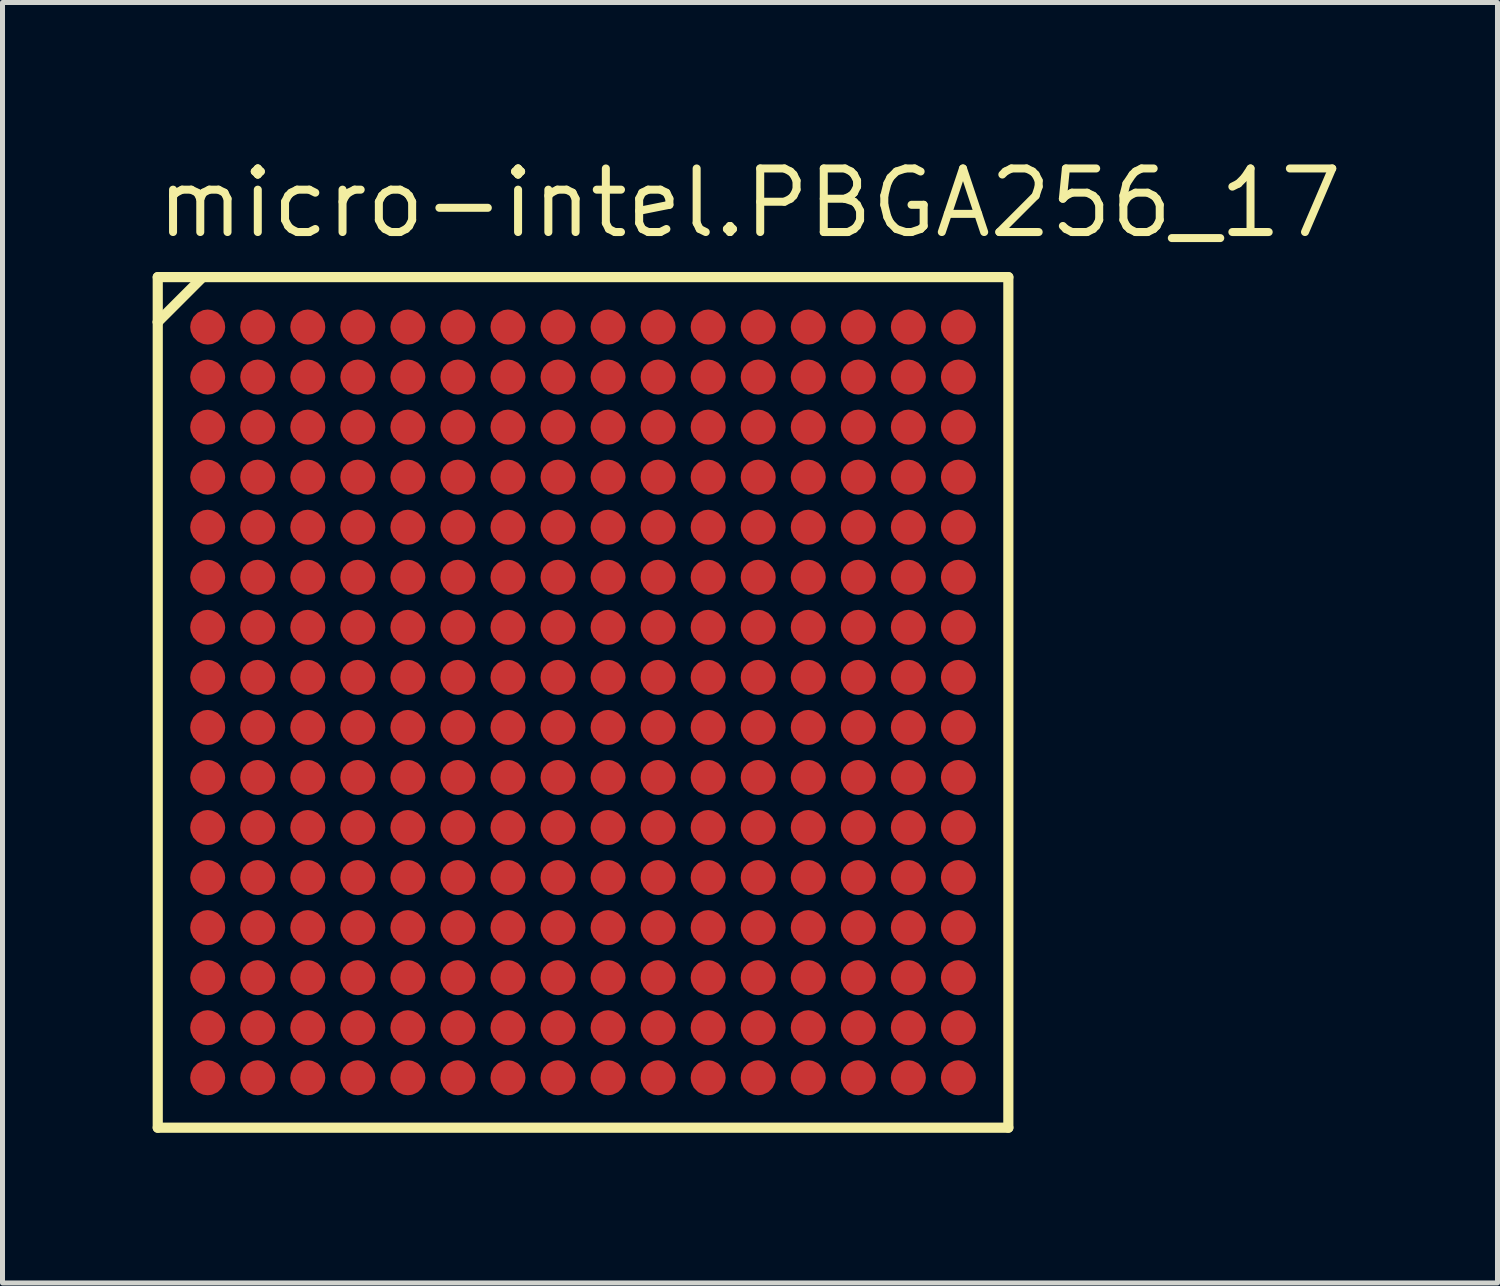
<source format=kicad_pcb>
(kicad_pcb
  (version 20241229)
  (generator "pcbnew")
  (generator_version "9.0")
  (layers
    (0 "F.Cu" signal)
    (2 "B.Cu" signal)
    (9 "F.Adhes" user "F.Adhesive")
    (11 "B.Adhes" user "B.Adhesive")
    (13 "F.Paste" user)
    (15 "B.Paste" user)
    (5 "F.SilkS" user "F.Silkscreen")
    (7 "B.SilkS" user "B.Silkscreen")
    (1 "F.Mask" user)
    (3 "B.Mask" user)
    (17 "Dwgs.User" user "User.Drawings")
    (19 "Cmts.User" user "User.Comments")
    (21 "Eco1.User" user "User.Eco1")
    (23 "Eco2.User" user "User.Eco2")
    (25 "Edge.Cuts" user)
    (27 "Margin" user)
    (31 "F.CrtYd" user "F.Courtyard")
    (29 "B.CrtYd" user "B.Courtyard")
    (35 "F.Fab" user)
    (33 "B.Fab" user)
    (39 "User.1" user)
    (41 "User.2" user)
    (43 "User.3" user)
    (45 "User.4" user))
  (footprint "micro-intel.PBGA256_17"
    (layer "F.Cu")
    (at 8.6 10.985)
    (property "Reference" "micro-intel.PBGA256_17" (at -8.6 -9.235 0) (layer "F.SilkS") (effects (font (size 1.27 1.27) (thickness 0.16)) (justify left bottom)))
    (attr smd)
    (fp_circle (center -7.5 -7.5) (end -7.15 -7.5) (stroke (width 0.1) (type default)) (fill no) (layer "F.Mask"))
    (fp_circle (center -7.5 -6.5) (end -7.15 -6.5) (stroke (width 0.1) (type default)) (fill no) (layer "F.Mask"))
    (fp_circle (center -7.5 -5.5) (end -7.15 -5.5) (stroke (width 0.1) (type default)) (fill no) (layer "F.Mask"))
    (fp_circle (center -7.5 -4.5) (end -7.15 -4.5) (stroke (width 0.1) (type default)) (fill no) (layer "F.Mask"))
    (fp_circle (center -7.5 -3.5) (end -7.15 -3.5) (stroke (width 0.1) (type default)) (fill no) (layer "F.Mask"))
    (fp_circle (center -7.5 -2.5) (end -7.15 -2.5) (stroke (width 0.1) (type default)) (fill no) (layer "F.Mask"))
    (fp_circle (center -7.5 -1.5) (end -7.15 -1.5) (stroke (width 0.1) (type default)) (fill no) (layer "F.Mask"))
    (fp_circle (center -7.5 -0.5) (end -7.15 -0.5) (stroke (width 0.1) (type default)) (fill no) (layer "F.Mask"))
    (fp_circle (center -7.5 0.5) (end -7.15 0.5) (stroke (width 0.1) (type default)) (fill no) (layer "F.Mask"))
    (fp_circle (center -7.5 1.5) (end -7.15 1.5) (stroke (width 0.1) (type default)) (fill no) (layer "F.Mask"))
    (fp_circle (center -7.5 2.5) (end -7.15 2.5) (stroke (width 0.1) (type default)) (fill no) (layer "F.Mask"))
    (fp_circle (center -7.5 3.5) (end -7.15 3.5) (stroke (width 0.1) (type default)) (fill no) (layer "F.Mask"))
    (fp_circle (center -7.5 4.5) (end -7.15 4.5) (stroke (width 0.1) (type default)) (fill no) (layer "F.Mask"))
    (fp_circle (center -7.5 5.5) (end -7.15 5.5) (stroke (width 0.1) (type default)) (fill no) (layer "F.Mask"))
    (fp_circle (center -7.5 6.5) (end -7.15 6.5) (stroke (width 0.1) (type default)) (fill no) (layer "F.Mask"))
    (fp_circle (center -7.5 7.5) (end -7.15 7.5) (stroke (width 0.1) (type default)) (fill no) (layer "F.Mask"))
    (fp_circle (center -6.5 -7.5) (end -6.15 -7.5) (stroke (width 0.1) (type default)) (fill no) (layer "F.Mask"))
    (fp_circle (center -6.5 -6.5) (end -6.15 -6.5) (stroke (width 0.1) (type default)) (fill no) (layer "F.Mask"))
    (fp_circle (center -6.5 -5.5) (end -6.15 -5.5) (stroke (width 0.1) (type default)) (fill no) (layer "F.Mask"))
    (fp_circle (center -6.5 -4.5) (end -6.15 -4.5) (stroke (width 0.1) (type default)) (fill no) (layer "F.Mask"))
    (fp_circle (center -6.5 -3.5) (end -6.15 -3.5) (stroke (width 0.1) (type default)) (fill no) (layer "F.Mask"))
    (fp_circle (center -6.5 -2.5) (end -6.15 -2.5) (stroke (width 0.1) (type default)) (fill no) (layer "F.Mask"))
    (fp_circle (center -6.5 -1.5) (end -6.15 -1.5) (stroke (width 0.1) (type default)) (fill no) (layer "F.Mask"))
    (fp_circle (center -6.5 -0.5) (end -6.15 -0.5) (stroke (width 0.1) (type default)) (fill no) (layer "F.Mask"))
    (fp_circle (center -6.5 0.5) (end -6.15 0.5) (stroke (width 0.1) (type default)) (fill no) (layer "F.Mask"))
    (fp_circle (center -6.5 1.5) (end -6.15 1.5) (stroke (width 0.1) (type default)) (fill no) (layer "F.Mask"))
    (fp_circle (center -6.5 2.5) (end -6.15 2.5) (stroke (width 0.1) (type default)) (fill no) (layer "F.Mask"))
    (fp_circle (center -6.5 3.5) (end -6.15 3.5) (stroke (width 0.1) (type default)) (fill no) (layer "F.Mask"))
    (fp_circle (center -6.5 4.5) (end -6.15 4.5) (stroke (width 0.1) (type default)) (fill no) (layer "F.Mask"))
    (fp_circle (center -6.5 5.5) (end -6.15 5.5) (stroke (width 0.1) (type default)) (fill no) (layer "F.Mask"))
    (fp_circle (center -6.5 6.5) (end -6.15 6.5) (stroke (width 0.1) (type default)) (fill no) (layer "F.Mask"))
    (fp_circle (center -6.5 7.5) (end -6.15 7.5) (stroke (width 0.1) (type default)) (fill no) (layer "F.Mask"))
    (fp_circle (center -5.5 -7.5) (end -5.15 -7.5) (stroke (width 0.1) (type default)) (fill no) (layer "F.Mask"))
    (fp_circle (center -5.5 -6.5) (end -5.15 -6.5) (stroke (width 0.1) (type default)) (fill no) (layer "F.Mask"))
    (fp_circle (center -5.5 -5.5) (end -5.15 -5.5) (stroke (width 0.1) (type default)) (fill no) (layer "F.Mask"))
    (fp_circle (center -5.5 -4.5) (end -5.15 -4.5) (stroke (width 0.1) (type default)) (fill no) (layer "F.Mask"))
    (fp_circle (center -5.5 -3.5) (end -5.15 -3.5) (stroke (width 0.1) (type default)) (fill no) (layer "F.Mask"))
    (fp_circle (center -5.5 -2.5) (end -5.15 -2.5) (stroke (width 0.1) (type default)) (fill no) (layer "F.Mask"))
    (fp_circle (center -5.5 -1.5) (end -5.15 -1.5) (stroke (width 0.1) (type default)) (fill no) (layer "F.Mask"))
    (fp_circle (center -5.5 -0.5) (end -5.15 -0.5) (stroke (width 0.1) (type default)) (fill no) (layer "F.Mask"))
    (fp_circle (center -5.5 0.5) (end -5.15 0.5) (stroke (width 0.1) (type default)) (fill no) (layer "F.Mask"))
    (fp_circle (center -5.5 1.5) (end -5.15 1.5) (stroke (width 0.1) (type default)) (fill no) (layer "F.Mask"))
    (fp_circle (center -5.5 2.5) (end -5.15 2.5) (stroke (width 0.1) (type default)) (fill no) (layer "F.Mask"))
    (fp_circle (center -5.5 3.5) (end -5.15 3.5) (stroke (width 0.1) (type default)) (fill no) (layer "F.Mask"))
    (fp_circle (center -5.5 4.5) (end -5.15 4.5) (stroke (width 0.1) (type default)) (fill no) (layer "F.Mask"))
    (fp_circle (center -5.5 5.5) (end -5.15 5.5) (stroke (width 0.1) (type default)) (fill no) (layer "F.Mask"))
    (fp_circle (center -5.5 6.5) (end -5.15 6.5) (stroke (width 0.1) (type default)) (fill no) (layer "F.Mask"))
    (fp_circle (center -5.5 7.5) (end -5.15 7.5) (stroke (width 0.1) (type default)) (fill no) (layer "F.Mask"))
    (fp_circle (center -4.5 -7.5) (end -4.15 -7.5) (stroke (width 0.1) (type default)) (fill no) (layer "F.Mask"))
    (fp_circle (center -4.5 -6.5) (end -4.15 -6.5) (stroke (width 0.1) (type default)) (fill no) (layer "F.Mask"))
    (fp_circle (center -4.5 -5.5) (end -4.15 -5.5) (stroke (width 0.1) (type default)) (fill no) (layer "F.Mask"))
    (fp_circle (center -4.5 -4.5) (end -4.15 -4.5) (stroke (width 0.1) (type default)) (fill no) (layer "F.Mask"))
    (fp_circle (center -4.5 -3.5) (end -4.15 -3.5) (stroke (width 0.1) (type default)) (fill no) (layer "F.Mask"))
    (fp_circle (center -4.5 -2.5) (end -4.15 -2.5) (stroke (width 0.1) (type default)) (fill no) (layer "F.Mask"))
    (fp_circle (center -4.5 -1.5) (end -4.15 -1.5) (stroke (width 0.1) (type default)) (fill no) (layer "F.Mask"))
    (fp_circle (center -4.5 -0.5) (end -4.15 -0.5) (stroke (width 0.1) (type default)) (fill no) (layer "F.Mask"))
    (fp_circle (center -4.5 0.5) (end -4.15 0.5) (stroke (width 0.1) (type default)) (fill no) (layer "F.Mask"))
    (fp_circle (center -4.5 1.5) (end -4.15 1.5) (stroke (width 0.1) (type default)) (fill no) (layer "F.Mask"))
    (fp_circle (center -4.5 2.5) (end -4.15 2.5) (stroke (width 0.1) (type default)) (fill no) (layer "F.Mask"))
    (fp_circle (center -4.5 3.5) (end -4.15 3.5) (stroke (width 0.1) (type default)) (fill no) (layer "F.Mask"))
    (fp_circle (center -4.5 4.5) (end -4.15 4.5) (stroke (width 0.1) (type default)) (fill no) (layer "F.Mask"))
    (fp_circle (center -4.5 5.5) (end -4.15 5.5) (stroke (width 0.1) (type default)) (fill no) (layer "F.Mask"))
    (fp_circle (center -4.5 6.5) (end -4.15 6.5) (stroke (width 0.1) (type default)) (fill no) (layer "F.Mask"))
    (fp_circle (center -4.5 7.5) (end -4.15 7.5) (stroke (width 0.1) (type default)) (fill no) (layer "F.Mask"))
    (fp_circle (center -3.5 -7.5) (end -3.15 -7.5) (stroke (width 0.1) (type default)) (fill no) (layer "F.Mask"))
    (fp_circle (center -3.5 -6.5) (end -3.15 -6.5) (stroke (width 0.1) (type default)) (fill no) (layer "F.Mask"))
    (fp_circle (center -3.5 -5.5) (end -3.15 -5.5) (stroke (width 0.1) (type default)) (fill no) (layer "F.Mask"))
    (fp_circle (center -3.5 -4.5) (end -3.15 -4.5) (stroke (width 0.1) (type default)) (fill no) (layer "F.Mask"))
    (fp_circle (center -3.5 -3.5) (end -3.15 -3.5) (stroke (width 0.1) (type default)) (fill no) (layer "F.Mask"))
    (fp_circle (center -3.5 -2.5) (end -3.15 -2.5) (stroke (width 0.1) (type default)) (fill no) (layer "F.Mask"))
    (fp_circle (center -3.5 -1.5) (end -3.15 -1.5) (stroke (width 0.1) (type default)) (fill no) (layer "F.Mask"))
    (fp_circle (center -3.5 -0.5) (end -3.15 -0.5) (stroke (width 0.1) (type default)) (fill no) (layer "F.Mask"))
    (fp_circle (center -3.5 0.5) (end -3.15 0.5) (stroke (width 0.1) (type default)) (fill no) (layer "F.Mask"))
    (fp_circle (center -3.5 1.5) (end -3.15 1.5) (stroke (width 0.1) (type default)) (fill no) (layer "F.Mask"))
    (fp_circle (center -3.5 2.5) (end -3.15 2.5) (stroke (width 0.1) (type default)) (fill no) (layer "F.Mask"))
    (fp_circle (center -3.5 3.5) (end -3.15 3.5) (stroke (width 0.1) (type default)) (fill no) (layer "F.Mask"))
    (fp_circle (center -3.5 4.5) (end -3.15 4.5) (stroke (width 0.1) (type default)) (fill no) (layer "F.Mask"))
    (fp_circle (center -3.5 5.5) (end -3.15 5.5) (stroke (width 0.1) (type default)) (fill no) (layer "F.Mask"))
    (fp_circle (center -3.5 6.5) (end -3.15 6.5) (stroke (width 0.1) (type default)) (fill no) (layer "F.Mask"))
    (fp_circle (center -3.5 7.5) (end -3.15 7.5) (stroke (width 0.1) (type default)) (fill no) (layer "F.Mask"))
    (fp_circle (center -2.5 -7.5) (end -2.15 -7.5) (stroke (width 0.1) (type default)) (fill no) (layer "F.Mask"))
    (fp_circle (center -2.5 -6.5) (end -2.15 -6.5) (stroke (width 0.1) (type default)) (fill no) (layer "F.Mask"))
    (fp_circle (center -2.5 -5.5) (end -2.15 -5.5) (stroke (width 0.1) (type default)) (fill no) (layer "F.Mask"))
    (fp_circle (center -2.5 -4.5) (end -2.15 -4.5) (stroke (width 0.1) (type default)) (fill no) (layer "F.Mask"))
    (fp_circle (center -2.5 -3.5) (end -2.15 -3.5) (stroke (width 0.1) (type default)) (fill no) (layer "F.Mask"))
    (fp_circle (center -2.5 -2.5) (end -2.15 -2.5) (stroke (width 0.1) (type default)) (fill no) (layer "F.Mask"))
    (fp_circle (center -2.5 -1.5) (end -2.15 -1.5) (stroke (width 0.1) (type default)) (fill no) (layer "F.Mask"))
    (fp_circle (center -2.5 -0.5) (end -2.15 -0.5) (stroke (width 0.1) (type default)) (fill no) (layer "F.Mask"))
    (fp_circle (center -2.5 0.5) (end -2.15 0.5) (stroke (width 0.1) (type default)) (fill no) (layer "F.Mask"))
    (fp_circle (center -2.5 1.5) (end -2.15 1.5) (stroke (width 0.1) (type default)) (fill no) (layer "F.Mask"))
    (fp_circle (center -2.5 2.5) (end -2.15 2.5) (stroke (width 0.1) (type default)) (fill no) (layer "F.Mask"))
    (fp_circle (center -2.5 3.5) (end -2.15 3.5) (stroke (width 0.1) (type default)) (fill no) (layer "F.Mask"))
    (fp_circle (center -2.5 4.5) (end -2.15 4.5) (stroke (width 0.1) (type default)) (fill no) (layer "F.Mask"))
    (fp_circle (center -2.5 5.5) (end -2.15 5.5) (stroke (width 0.1) (type default)) (fill no) (layer "F.Mask"))
    (fp_circle (center -2.5 6.5) (end -2.15 6.5) (stroke (width 0.1) (type default)) (fill no) (layer "F.Mask"))
    (fp_circle (center -2.5 7.5) (end -2.15 7.5) (stroke (width 0.1) (type default)) (fill no) (layer "F.Mask"))
    (fp_circle (center -1.5 -7.5) (end -1.15 -7.5) (stroke (width 0.1) (type default)) (fill no) (layer "F.Mask"))
    (fp_circle (center -1.5 -6.5) (end -1.15 -6.5) (stroke (width 0.1) (type default)) (fill no) (layer "F.Mask"))
    (fp_circle (center -1.5 -5.5) (end -1.15 -5.5) (stroke (width 0.1) (type default)) (fill no) (layer "F.Mask"))
    (fp_circle (center -1.5 -4.5) (end -1.15 -4.5) (stroke (width 0.1) (type default)) (fill no) (layer "F.Mask"))
    (fp_circle (center -1.5 -3.5) (end -1.15 -3.5) (stroke (width 0.1) (type default)) (fill no) (layer "F.Mask"))
    (fp_circle (center -1.5 -2.5) (end -1.15 -2.5) (stroke (width 0.1) (type default)) (fill no) (layer "F.Mask"))
    (fp_circle (center -1.5 -1.5) (end -1.15 -1.5) (stroke (width 0.1) (type default)) (fill no) (layer "F.Mask"))
    (fp_circle (center -1.5 -0.5) (end -1.15 -0.5) (stroke (width 0.1) (type default)) (fill no) (layer "F.Mask"))
    (fp_circle (center -1.5 0.5) (end -1.15 0.5) (stroke (width 0.1) (type default)) (fill no) (layer "F.Mask"))
    (fp_circle (center -1.5 1.5) (end -1.15 1.5) (stroke (width 0.1) (type default)) (fill no) (layer "F.Mask"))
    (fp_circle (center -1.5 2.5) (end -1.15 2.5) (stroke (width 0.1) (type default)) (fill no) (layer "F.Mask"))
    (fp_circle (center -1.5 3.5) (end -1.15 3.5) (stroke (width 0.1) (type default)) (fill no) (layer "F.Mask"))
    (fp_circle (center -1.5 4.5) (end -1.15 4.5) (stroke (width 0.1) (type default)) (fill no) (layer "F.Mask"))
    (fp_circle (center -1.5 5.5) (end -1.15 5.5) (stroke (width 0.1) (type default)) (fill no) (layer "F.Mask"))
    (fp_circle (center -1.5 6.5) (end -1.15 6.5) (stroke (width 0.1) (type default)) (fill no) (layer "F.Mask"))
    (fp_circle (center -1.5 7.5) (end -1.15 7.5) (stroke (width 0.1) (type default)) (fill no) (layer "F.Mask"))
    (fp_circle (center -0.5 -7.5) (end -0.15 -7.5) (stroke (width 0.1) (type default)) (fill no) (layer "F.Mask"))
    (fp_circle (center -0.5 -6.5) (end -0.15 -6.5) (stroke (width 0.1) (type default)) (fill no) (layer "F.Mask"))
    (fp_circle (center -0.5 -5.5) (end -0.15 -5.5) (stroke (width 0.1) (type default)) (fill no) (layer "F.Mask"))
    (fp_circle (center -0.5 -4.5) (end -0.15 -4.5) (stroke (width 0.1) (type default)) (fill no) (layer "F.Mask"))
    (fp_circle (center -0.5 -3.5) (end -0.15 -3.5) (stroke (width 0.1) (type default)) (fill no) (layer "F.Mask"))
    (fp_circle (center -0.5 -2.5) (end -0.15 -2.5) (stroke (width 0.1) (type default)) (fill no) (layer "F.Mask"))
    (fp_circle (center -0.5 -1.5) (end -0.15 -1.5) (stroke (width 0.1) (type default)) (fill no) (layer "F.Mask"))
    (fp_circle (center -0.5 -0.5) (end -0.15 -0.5) (stroke (width 0.1) (type default)) (fill no) (layer "F.Mask"))
    (fp_circle (center -0.5 0.5) (end -0.15 0.5) (stroke (width 0.1) (type default)) (fill no) (layer "F.Mask"))
    (fp_circle (center -0.5 1.5) (end -0.15 1.5) (stroke (width 0.1) (type default)) (fill no) (layer "F.Mask"))
    (fp_circle (center -0.5 2.5) (end -0.15 2.5) (stroke (width 0.1) (type default)) (fill no) (layer "F.Mask"))
    (fp_circle (center -0.5 3.5) (end -0.15 3.5) (stroke (width 0.1) (type default)) (fill no) (layer "F.Mask"))
    (fp_circle (center -0.5 4.5) (end -0.15 4.5) (stroke (width 0.1) (type default)) (fill no) (layer "F.Mask"))
    (fp_circle (center -0.5 5.5) (end -0.15 5.5) (stroke (width 0.1) (type default)) (fill no) (layer "F.Mask"))
    (fp_circle (center -0.5 6.5) (end -0.15 6.5) (stroke (width 0.1) (type default)) (fill no) (layer "F.Mask"))
    (fp_circle (center -0.5 7.5) (end -0.15 7.5) (stroke (width 0.1) (type default)) (fill no) (layer "F.Mask"))
    (fp_circle (center 0.5 -7.5) (end 0.85 -7.5) (stroke (width 0.1) (type default)) (fill no) (layer "F.Mask"))
    (fp_circle (center 0.5 -6.5) (end 0.85 -6.5) (stroke (width 0.1) (type default)) (fill no) (layer "F.Mask"))
    (fp_circle (center 0.5 -5.5) (end 0.85 -5.5) (stroke (width 0.1) (type default)) (fill no) (layer "F.Mask"))
    (fp_circle (center 0.5 -4.5) (end 0.85 -4.5) (stroke (width 0.1) (type default)) (fill no) (layer "F.Mask"))
    (fp_circle (center 0.5 -3.5) (end 0.85 -3.5) (stroke (width 0.1) (type default)) (fill no) (layer "F.Mask"))
    (fp_circle (center 0.5 -2.5) (end 0.85 -2.5) (stroke (width 0.1) (type default)) (fill no) (layer "F.Mask"))
    (fp_circle (center 0.5 -1.5) (end 0.85 -1.5) (stroke (width 0.1) (type default)) (fill no) (layer "F.Mask"))
    (fp_circle (center 0.5 -0.5) (end 0.85 -0.5) (stroke (width 0.1) (type default)) (fill no) (layer "F.Mask"))
    (fp_circle (center 0.5 0.5) (end 0.85 0.5) (stroke (width 0.1) (type default)) (fill no) (layer "F.Mask"))
    (fp_circle (center 0.5 1.5) (end 0.85 1.5) (stroke (width 0.1) (type default)) (fill no) (layer "F.Mask"))
    (fp_circle (center 0.5 2.5) (end 0.85 2.5) (stroke (width 0.1) (type default)) (fill no) (layer "F.Mask"))
    (fp_circle (center 0.5 3.5) (end 0.85 3.5) (stroke (width 0.1) (type default)) (fill no) (layer "F.Mask"))
    (fp_circle (center 0.5 4.5) (end 0.85 4.5) (stroke (width 0.1) (type default)) (fill no) (layer "F.Mask"))
    (fp_circle (center 0.5 5.5) (end 0.85 5.5) (stroke (width 0.1) (type default)) (fill no) (layer "F.Mask"))
    (fp_circle (center 0.5 6.5) (end 0.85 6.5) (stroke (width 0.1) (type default)) (fill no) (layer "F.Mask"))
    (fp_circle (center 0.5 7.5) (end 0.85 7.5) (stroke (width 0.1) (type default)) (fill no) (layer "F.Mask"))
    (fp_circle (center 1.5 -7.5) (end 1.85 -7.5) (stroke (width 0.1) (type default)) (fill no) (layer "F.Mask"))
    (fp_circle (center 1.5 -6.5) (end 1.85 -6.5) (stroke (width 0.1) (type default)) (fill no) (layer "F.Mask"))
    (fp_circle (center 1.5 -5.5) (end 1.85 -5.5) (stroke (width 0.1) (type default)) (fill no) (layer "F.Mask"))
    (fp_circle (center 1.5 -4.5) (end 1.85 -4.5) (stroke (width 0.1) (type default)) (fill no) (layer "F.Mask"))
    (fp_circle (center 1.5 -3.5) (end 1.85 -3.5) (stroke (width 0.1) (type default)) (fill no) (layer "F.Mask"))
    (fp_circle (center 1.5 -2.5) (end 1.85 -2.5) (stroke (width 0.1) (type default)) (fill no) (layer "F.Mask"))
    (fp_circle (center 1.5 -1.5) (end 1.85 -1.5) (stroke (width 0.1) (type default)) (fill no) (layer "F.Mask"))
    (fp_circle (center 1.5 -0.5) (end 1.85 -0.5) (stroke (width 0.1) (type default)) (fill no) (layer "F.Mask"))
    (fp_circle (center 1.5 0.5) (end 1.85 0.5) (stroke (width 0.1) (type default)) (fill no) (layer "F.Mask"))
    (fp_circle (center 1.5 1.5) (end 1.85 1.5) (stroke (width 0.1) (type default)) (fill no) (layer "F.Mask"))
    (fp_circle (center 1.5 2.5) (end 1.85 2.5) (stroke (width 0.1) (type default)) (fill no) (layer "F.Mask"))
    (fp_circle (center 1.5 3.5) (end 1.85 3.5) (stroke (width 0.1) (type default)) (fill no) (layer "F.Mask"))
    (fp_circle (center 1.5 4.5) (end 1.85 4.5) (stroke (width 0.1) (type default)) (fill no) (layer "F.Mask"))
    (fp_circle (center 1.5 5.5) (end 1.85 5.5) (stroke (width 0.1) (type default)) (fill no) (layer "F.Mask"))
    (fp_circle (center 1.5 6.5) (end 1.85 6.5) (stroke (width 0.1) (type default)) (fill no) (layer "F.Mask"))
    (fp_circle (center 1.5 7.5) (end 1.85 7.5) (stroke (width 0.1) (type default)) (fill no) (layer "F.Mask"))
    (fp_circle (center 2.5 -7.5) (end 2.85 -7.5) (stroke (width 0.1) (type default)) (fill no) (layer "F.Mask"))
    (fp_circle (center 2.5 -6.5) (end 2.85 -6.5) (stroke (width 0.1) (type default)) (fill no) (layer "F.Mask"))
    (fp_circle (center 2.5 -5.5) (end 2.85 -5.5) (stroke (width 0.1) (type default)) (fill no) (layer "F.Mask"))
    (fp_circle (center 2.5 -4.5) (end 2.85 -4.5) (stroke (width 0.1) (type default)) (fill no) (layer "F.Mask"))
    (fp_circle (center 2.5 -3.5) (end 2.85 -3.5) (stroke (width 0.1) (type default)) (fill no) (layer "F.Mask"))
    (fp_circle (center 2.5 -2.5) (end 2.85 -2.5) (stroke (width 0.1) (type default)) (fill no) (layer "F.Mask"))
    (fp_circle (center 2.5 -1.5) (end 2.85 -1.5) (stroke (width 0.1) (type default)) (fill no) (layer "F.Mask"))
    (fp_circle (center 2.5 -0.5) (end 2.85 -0.5) (stroke (width 0.1) (type default)) (fill no) (layer "F.Mask"))
    (fp_circle (center 2.5 0.5) (end 2.85 0.5) (stroke (width 0.1) (type default)) (fill no) (layer "F.Mask"))
    (fp_circle (center 2.5 1.5) (end 2.85 1.5) (stroke (width 0.1) (type default)) (fill no) (layer "F.Mask"))
    (fp_circle (center 2.5 2.5) (end 2.85 2.5) (stroke (width 0.1) (type default)) (fill no) (layer "F.Mask"))
    (fp_circle (center 2.5 3.5) (end 2.85 3.5) (stroke (width 0.1) (type default)) (fill no) (layer "F.Mask"))
    (fp_circle (center 2.5 4.5) (end 2.85 4.5) (stroke (width 0.1) (type default)) (fill no) (layer "F.Mask"))
    (fp_circle (center 2.5 5.5) (end 2.85 5.5) (stroke (width 0.1) (type default)) (fill no) (layer "F.Mask"))
    (fp_circle (center 2.5 6.5) (end 2.85 6.5) (stroke (width 0.1) (type default)) (fill no) (layer "F.Mask"))
    (fp_circle (center 2.5 7.5) (end 2.85 7.5) (stroke (width 0.1) (type default)) (fill no) (layer "F.Mask"))
    (fp_circle (center 3.5 -7.5) (end 3.85 -7.5) (stroke (width 0.1) (type default)) (fill no) (layer "F.Mask"))
    (fp_circle (center 3.5 -6.5) (end 3.85 -6.5) (stroke (width 0.1) (type default)) (fill no) (layer "F.Mask"))
    (fp_circle (center 3.5 -5.5) (end 3.85 -5.5) (stroke (width 0.1) (type default)) (fill no) (layer "F.Mask"))
    (fp_circle (center 3.5 -4.5) (end 3.85 -4.5) (stroke (width 0.1) (type default)) (fill no) (layer "F.Mask"))
    (fp_circle (center 3.5 -3.5) (end 3.85 -3.5) (stroke (width 0.1) (type default)) (fill no) (layer "F.Mask"))
    (fp_circle (center 3.5 -2.5) (end 3.85 -2.5) (stroke (width 0.1) (type default)) (fill no) (layer "F.Mask"))
    (fp_circle (center 3.5 -1.5) (end 3.85 -1.5) (stroke (width 0.1) (type default)) (fill no) (layer "F.Mask"))
    (fp_circle (center 3.5 -0.5) (end 3.85 -0.5) (stroke (width 0.1) (type default)) (fill no) (layer "F.Mask"))
    (fp_circle (center 3.5 0.5) (end 3.85 0.5) (stroke (width 0.1) (type default)) (fill no) (layer "F.Mask"))
    (fp_circle (center 3.5 1.5) (end 3.85 1.5) (stroke (width 0.1) (type default)) (fill no) (layer "F.Mask"))
    (fp_circle (center 3.5 2.5) (end 3.85 2.5) (stroke (width 0.1) (type default)) (fill no) (layer "F.Mask"))
    (fp_circle (center 3.5 3.5) (end 3.85 3.5) (stroke (width 0.1) (type default)) (fill no) (layer "F.Mask"))
    (fp_circle (center 3.5 4.5) (end 3.85 4.5) (stroke (width 0.1) (type default)) (fill no) (layer "F.Mask"))
    (fp_circle (center 3.5 5.5) (end 3.85 5.5) (stroke (width 0.1) (type default)) (fill no) (layer "F.Mask"))
    (fp_circle (center 3.5 6.5) (end 3.85 6.5) (stroke (width 0.1) (type default)) (fill no) (layer "F.Mask"))
    (fp_circle (center 3.5 7.5) (end 3.85 7.5) (stroke (width 0.1) (type default)) (fill no) (layer "F.Mask"))
    (fp_circle (center 4.5 -7.5) (end 4.85 -7.5) (stroke (width 0.1) (type default)) (fill no) (layer "F.Mask"))
    (fp_circle (center 4.5 -6.5) (end 4.85 -6.5) (stroke (width 0.1) (type default)) (fill no) (layer "F.Mask"))
    (fp_circle (center 4.5 -5.5) (end 4.85 -5.5) (stroke (width 0.1) (type default)) (fill no) (layer "F.Mask"))
    (fp_circle (center 4.5 -4.5) (end 4.85 -4.5) (stroke (width 0.1) (type default)) (fill no) (layer "F.Mask"))
    (fp_circle (center 4.5 -3.5) (end 4.85 -3.5) (stroke (width 0.1) (type default)) (fill no) (layer "F.Mask"))
    (fp_circle (center 4.5 -2.5) (end 4.85 -2.5) (stroke (width 0.1) (type default)) (fill no) (layer "F.Mask"))
    (fp_circle (center 4.5 -1.5) (end 4.85 -1.5) (stroke (width 0.1) (type default)) (fill no) (layer "F.Mask"))
    (fp_circle (center 4.5 -0.5) (end 4.85 -0.5) (stroke (width 0.1) (type default)) (fill no) (layer "F.Mask"))
    (fp_circle (center 4.5 0.5) (end 4.85 0.5) (stroke (width 0.1) (type default)) (fill no) (layer "F.Mask"))
    (fp_circle (center 4.5 1.5) (end 4.85 1.5) (stroke (width 0.1) (type default)) (fill no) (layer "F.Mask"))
    (fp_circle (center 4.5 2.5) (end 4.85 2.5) (stroke (width 0.1) (type default)) (fill no) (layer "F.Mask"))
    (fp_circle (center 4.5 3.5) (end 4.85 3.5) (stroke (width 0.1) (type default)) (fill no) (layer "F.Mask"))
    (fp_circle (center 4.5 4.5) (end 4.85 4.5) (stroke (width 0.1) (type default)) (fill no) (layer "F.Mask"))
    (fp_circle (center 4.5 5.5) (end 4.85 5.5) (stroke (width 0.1) (type default)) (fill no) (layer "F.Mask"))
    (fp_circle (center 4.5 6.5) (end 4.85 6.5) (stroke (width 0.1) (type default)) (fill no) (layer "F.Mask"))
    (fp_circle (center 4.5 7.5) (end 4.85 7.5) (stroke (width 0.1) (type default)) (fill no) (layer "F.Mask"))
    (fp_circle (center 5.5 -7.5) (end 5.85 -7.5) (stroke (width 0.1) (type default)) (fill no) (layer "F.Mask"))
    (fp_circle (center 5.5 -6.5) (end 5.85 -6.5) (stroke (width 0.1) (type default)) (fill no) (layer "F.Mask"))
    (fp_circle (center 5.5 -5.5) (end 5.85 -5.5) (stroke (width 0.1) (type default)) (fill no) (layer "F.Mask"))
    (fp_circle (center 5.5 -4.5) (end 5.85 -4.5) (stroke (width 0.1) (type default)) (fill no) (layer "F.Mask"))
    (fp_circle (center 5.5 -3.5) (end 5.85 -3.5) (stroke (width 0.1) (type default)) (fill no) (layer "F.Mask"))
    (fp_circle (center 5.5 -2.5) (end 5.85 -2.5) (stroke (width 0.1) (type default)) (fill no) (layer "F.Mask"))
    (fp_circle (center 5.5 -1.5) (end 5.85 -1.5) (stroke (width 0.1) (type default)) (fill no) (layer "F.Mask"))
    (fp_circle (center 5.5 -0.5) (end 5.85 -0.5) (stroke (width 0.1) (type default)) (fill no) (layer "F.Mask"))
    (fp_circle (center 5.5 0.5) (end 5.85 0.5) (stroke (width 0.1) (type default)) (fill no) (layer "F.Mask"))
    (fp_circle (center 5.5 1.5) (end 5.85 1.5) (stroke (width 0.1) (type default)) (fill no) (layer "F.Mask"))
    (fp_circle (center 5.5 2.5) (end 5.85 2.5) (stroke (width 0.1) (type default)) (fill no) (layer "F.Mask"))
    (fp_circle (center 5.5 3.5) (end 5.85 3.5) (stroke (width 0.1) (type default)) (fill no) (layer "F.Mask"))
    (fp_circle (center 5.5 4.5) (end 5.85 4.5) (stroke (width 0.1) (type default)) (fill no) (layer "F.Mask"))
    (fp_circle (center 5.5 5.5) (end 5.85 5.5) (stroke (width 0.1) (type default)) (fill no) (layer "F.Mask"))
    (fp_circle (center 5.5 6.5) (end 5.85 6.5) (stroke (width 0.1) (type default)) (fill no) (layer "F.Mask"))
    (fp_circle (center 5.5 7.5) (end 5.85 7.5) (stroke (width 0.1) (type default)) (fill no) (layer "F.Mask"))
    (fp_circle (center 6.5 -7.5) (end 6.85 -7.5) (stroke (width 0.1) (type default)) (fill no) (layer "F.Mask"))
    (fp_circle (center 6.5 -6.5) (end 6.85 -6.5) (stroke (width 0.1) (type default)) (fill no) (layer "F.Mask"))
    (fp_circle (center 6.5 -5.5) (end 6.85 -5.5) (stroke (width 0.1) (type default)) (fill no) (layer "F.Mask"))
    (fp_circle (center 6.5 -4.5) (end 6.85 -4.5) (stroke (width 0.1) (type default)) (fill no) (layer "F.Mask"))
    (fp_circle (center 6.5 -3.5) (end 6.85 -3.5) (stroke (width 0.1) (type default)) (fill no) (layer "F.Mask"))
    (fp_circle (center 6.5 -2.5) (end 6.85 -2.5) (stroke (width 0.1) (type default)) (fill no) (layer "F.Mask"))
    (fp_circle (center 6.5 -1.5) (end 6.85 -1.5) (stroke (width 0.1) (type default)) (fill no) (layer "F.Mask"))
    (fp_circle (center 6.5 -0.5) (end 6.85 -0.5) (stroke (width 0.1) (type default)) (fill no) (layer "F.Mask"))
    (fp_circle (center 6.5 0.5) (end 6.85 0.5) (stroke (width 0.1) (type default)) (fill no) (layer "F.Mask"))
    (fp_circle (center 6.5 1.5) (end 6.85 1.5) (stroke (width 0.1) (type default)) (fill no) (layer "F.Mask"))
    (fp_circle (center 6.5 2.5) (end 6.85 2.5) (stroke (width 0.1) (type default)) (fill no) (layer "F.Mask"))
    (fp_circle (center 6.5 3.5) (end 6.85 3.5) (stroke (width 0.1) (type default)) (fill no) (layer "F.Mask"))
    (fp_circle (center 6.5 4.5) (end 6.85 4.5) (stroke (width 0.1) (type default)) (fill no) (layer "F.Mask"))
    (fp_circle (center 6.5 5.5) (end 6.85 5.5) (stroke (width 0.1) (type default)) (fill no) (layer "F.Mask"))
    (fp_circle (center 6.5 6.5) (end 6.85 6.5) (stroke (width 0.1) (type default)) (fill no) (layer "F.Mask"))
    (fp_circle (center 6.5 7.5) (end 6.85 7.5) (stroke (width 0.1) (type default)) (fill no) (layer "F.Mask"))
    (fp_circle (center 7.5 -7.5) (end 7.85 -7.5) (stroke (width 0.1) (type default)) (fill no) (layer "F.Mask"))
    (fp_circle (center 7.5 -6.5) (end 7.85 -6.5) (stroke (width 0.1) (type default)) (fill no) (layer "F.Mask"))
    (fp_circle (center 7.5 -5.5) (end 7.85 -5.5) (stroke (width 0.1) (type default)) (fill no) (layer "F.Mask"))
    (fp_circle (center 7.5 -4.5) (end 7.85 -4.5) (stroke (width 0.1) (type default)) (fill no) (layer "F.Mask"))
    (fp_circle (center 7.5 -3.5) (end 7.85 -3.5) (stroke (width 0.1) (type default)) (fill no) (layer "F.Mask"))
    (fp_circle (center 7.5 -2.5) (end 7.85 -2.5) (stroke (width 0.1) (type default)) (fill no) (layer "F.Mask"))
    (fp_circle (center 7.5 -1.5) (end 7.85 -1.5) (stroke (width 0.1) (type default)) (fill no) (layer "F.Mask"))
    (fp_circle (center 7.5 -0.5) (end 7.85 -0.5) (stroke (width 0.1) (type default)) (fill no) (layer "F.Mask"))
    (fp_circle (center 7.5 0.5) (end 7.85 0.5) (stroke (width 0.1) (type default)) (fill no) (layer "F.Mask"))
    (fp_circle (center 7.5 1.5) (end 7.85 1.5) (stroke (width 0.1) (type default)) (fill no) (layer "F.Mask"))
    (fp_circle (center 7.5 2.5) (end 7.85 2.5) (stroke (width 0.1) (type default)) (fill no) (layer "F.Mask"))
    (fp_circle (center 7.5 3.5) (end 7.85 3.5) (stroke (width 0.1) (type default)) (fill no) (layer "F.Mask"))
    (fp_circle (center 7.5 4.5) (end 7.85 4.5) (stroke (width 0.1) (type default)) (fill no) (layer "F.Mask"))
    (fp_circle (center 7.5 5.5) (end 7.85 5.5) (stroke (width 0.1) (type default)) (fill no) (layer "F.Mask"))
    (fp_circle (center 7.5 6.5) (end 7.85 6.5) (stroke (width 0.1) (type default)) (fill no) (layer "F.Mask"))
    (fp_circle (center 7.5 7.5) (end 7.85 7.5) (stroke (width 0.1) (type default)) (fill no) (layer "F.Mask"))
    (fp_line (start -8.498 -8.498) (end -8.498 -7.6) (stroke (width 0.203) (type default)) (layer "F.SilkS"))
    (fp_line (start -8.498 -7.6) (end -8.498 8.498) (stroke (width 0.203) (type default)) (layer "F.SilkS"))
    (fp_line (start -8.498 -7.6) (end -7.6 -8.498) (stroke (width 0.203) (type default)) (layer "F.SilkS"))
    (fp_line (start -8.498 8.498) (end 8.498 8.498) (stroke (width 0.203) (type default)) (layer "F.SilkS"))
    (fp_line (start -7.6 -8.498) (end -8.498 -8.498) (stroke (width 0.203) (type default)) (layer "F.SilkS"))
    (fp_line (start 8.498 -8.498) (end -7.6 -8.498) (stroke (width 0.203) (type default)) (layer "F.SilkS"))
    (fp_line (start 8.498 8.498) (end 8.498 -8.498) (stroke (width 0.203) (type default)) (layer "F.SilkS"))
    (pad "A1" smd roundrect (at -7.5 -7.5) (size 0.7 0.7) (layers "F.Cu" "F.Mask" "F.Paste") (roundrect_rratio 0.5))
    (pad "A2" smd roundrect (at -6.5 -7.5) (size 0.7 0.7) (layers "F.Cu" "F.Mask" "F.Paste") (roundrect_rratio 0.5))
    (pad "A3" smd roundrect (at -5.5 -7.5) (size 0.7 0.7) (layers "F.Cu" "F.Mask" "F.Paste") (roundrect_rratio 0.5))
    (pad "A4" smd roundrect (at -4.5 -7.5) (size 0.7 0.7) (layers "F.Cu" "F.Mask" "F.Paste") (roundrect_rratio 0.5))
    (pad "A5" smd roundrect (at -3.5 -7.5) (size 0.7 0.7) (layers "F.Cu" "F.Mask" "F.Paste") (roundrect_rratio 0.5))
    (pad "A6" smd roundrect (at -2.5 -7.5) (size 0.7 0.7) (layers "F.Cu" "F.Mask" "F.Paste") (roundrect_rratio 0.5))
    (pad "A7" smd roundrect (at -1.5 -7.5) (size 0.7 0.7) (layers "F.Cu" "F.Mask" "F.Paste") (roundrect_rratio 0.5))
    (pad "A8" smd roundrect (at -0.5 -7.5) (size 0.7 0.7) (layers "F.Cu" "F.Mask" "F.Paste") (roundrect_rratio 0.5))
    (pad "A9" smd roundrect (at 0.5 -7.5) (size 0.7 0.7) (layers "F.Cu" "F.Mask" "F.Paste") (roundrect_rratio 0.5))
    (pad "A10" smd roundrect (at 1.5 -7.5) (size 0.7 0.7) (layers "F.Cu" "F.Mask" "F.Paste") (roundrect_rratio 0.5))
    (pad "A11" smd roundrect (at 2.5 -7.5) (size 0.7 0.7) (layers "F.Cu" "F.Mask" "F.Paste") (roundrect_rratio 0.5))
    (pad "A12" smd roundrect (at 3.5 -7.5) (size 0.7 0.7) (layers "F.Cu" "F.Mask" "F.Paste") (roundrect_rratio 0.5))
    (pad "A13" smd roundrect (at 4.5 -7.5) (size 0.7 0.7) (layers "F.Cu" "F.Mask" "F.Paste") (roundrect_rratio 0.5))
    (pad "A14" smd roundrect (at 5.5 -7.5) (size 0.7 0.7) (layers "F.Cu" "F.Mask" "F.Paste") (roundrect_rratio 0.5))
    (pad "A15" smd roundrect (at 6.5 -7.5) (size 0.7 0.7) (layers "F.Cu" "F.Mask" "F.Paste") (roundrect_rratio 0.5))
    (pad "A16" smd roundrect (at 7.5 -7.5) (size 0.7 0.7) (layers "F.Cu" "F.Mask" "F.Paste") (roundrect_rratio 0.5))
    (pad "B1" smd roundrect (at -7.5 -6.5) (size 0.7 0.7) (layers "F.Cu" "F.Mask" "F.Paste") (roundrect_rratio 0.5))
    (pad "B2" smd roundrect (at -6.5 -6.5) (size 0.7 0.7) (layers "F.Cu" "F.Mask" "F.Paste") (roundrect_rratio 0.5))
    (pad "B3" smd roundrect (at -5.5 -6.5) (size 0.7 0.7) (layers "F.Cu" "F.Mask" "F.Paste") (roundrect_rratio 0.5))
    (pad "B4" smd roundrect (at -4.5 -6.5) (size 0.7 0.7) (layers "F.Cu" "F.Mask" "F.Paste") (roundrect_rratio 0.5))
    (pad "B5" smd roundrect (at -3.5 -6.5) (size 0.7 0.7) (layers "F.Cu" "F.Mask" "F.Paste") (roundrect_rratio 0.5))
    (pad "B6" smd roundrect (at -2.5 -6.5) (size 0.7 0.7) (layers "F.Cu" "F.Mask" "F.Paste") (roundrect_rratio 0.5))
    (pad "B7" smd roundrect (at -1.5 -6.5) (size 0.7 0.7) (layers "F.Cu" "F.Mask" "F.Paste") (roundrect_rratio 0.5))
    (pad "B8" smd roundrect (at -0.5 -6.5) (size 0.7 0.7) (layers "F.Cu" "F.Mask" "F.Paste") (roundrect_rratio 0.5))
    (pad "B9" smd roundrect (at 0.5 -6.5) (size 0.7 0.7) (layers "F.Cu" "F.Mask" "F.Paste") (roundrect_rratio 0.5))
    (pad "B10" smd roundrect (at 1.5 -6.5) (size 0.7 0.7) (layers "F.Cu" "F.Mask" "F.Paste") (roundrect_rratio 0.5))
    (pad "B11" smd roundrect (at 2.5 -6.5) (size 0.7 0.7) (layers "F.Cu" "F.Mask" "F.Paste") (roundrect_rratio 0.5))
    (pad "B12" smd roundrect (at 3.5 -6.5) (size 0.7 0.7) (layers "F.Cu" "F.Mask" "F.Paste") (roundrect_rratio 0.5))
    (pad "B13" smd roundrect (at 4.5 -6.5) (size 0.7 0.7) (layers "F.Cu" "F.Mask" "F.Paste") (roundrect_rratio 0.5))
    (pad "B14" smd roundrect (at 5.5 -6.5) (size 0.7 0.7) (layers "F.Cu" "F.Mask" "F.Paste") (roundrect_rratio 0.5))
    (pad "B15" smd roundrect (at 6.5 -6.5) (size 0.7 0.7) (layers "F.Cu" "F.Mask" "F.Paste") (roundrect_rratio 0.5))
    (pad "B16" smd roundrect (at 7.5 -6.5) (size 0.7 0.7) (layers "F.Cu" "F.Mask" "F.Paste") (roundrect_rratio 0.5))
    (pad "C1" smd roundrect (at -7.5 -5.5) (size 0.7 0.7) (layers "F.Cu" "F.Mask" "F.Paste") (roundrect_rratio 0.5))
    (pad "C2" smd roundrect (at -6.5 -5.5) (size 0.7 0.7) (layers "F.Cu" "F.Mask" "F.Paste") (roundrect_rratio 0.5))
    (pad "C3" smd roundrect (at -5.5 -5.5) (size 0.7 0.7) (layers "F.Cu" "F.Mask" "F.Paste") (roundrect_rratio 0.5))
    (pad "C4" smd roundrect (at -4.5 -5.5) (size 0.7 0.7) (layers "F.Cu" "F.Mask" "F.Paste") (roundrect_rratio 0.5))
    (pad "C5" smd roundrect (at -3.5 -5.5) (size 0.7 0.7) (layers "F.Cu" "F.Mask" "F.Paste") (roundrect_rratio 0.5))
    (pad "C6" smd roundrect (at -2.5 -5.5) (size 0.7 0.7) (layers "F.Cu" "F.Mask" "F.Paste") (roundrect_rratio 0.5))
    (pad "C7" smd roundrect (at -1.5 -5.5) (size 0.7 0.7) (layers "F.Cu" "F.Mask" "F.Paste") (roundrect_rratio 0.5))
    (pad "C8" smd roundrect (at -0.5 -5.5) (size 0.7 0.7) (layers "F.Cu" "F.Mask" "F.Paste") (roundrect_rratio 0.5))
    (pad "C9" smd roundrect (at 0.5 -5.5) (size 0.7 0.7) (layers "F.Cu" "F.Mask" "F.Paste") (roundrect_rratio 0.5))
    (pad "C10" smd roundrect (at 1.5 -5.5) (size 0.7 0.7) (layers "F.Cu" "F.Mask" "F.Paste") (roundrect_rratio 0.5))
    (pad "C11" smd roundrect (at 2.5 -5.5) (size 0.7 0.7) (layers "F.Cu" "F.Mask" "F.Paste") (roundrect_rratio 0.5))
    (pad "C12" smd roundrect (at 3.5 -5.5) (size 0.7 0.7) (layers "F.Cu" "F.Mask" "F.Paste") (roundrect_rratio 0.5))
    (pad "C13" smd roundrect (at 4.5 -5.5) (size 0.7 0.7) (layers "F.Cu" "F.Mask" "F.Paste") (roundrect_rratio 0.5))
    (pad "C14" smd roundrect (at 5.5 -5.5) (size 0.7 0.7) (layers "F.Cu" "F.Mask" "F.Paste") (roundrect_rratio 0.5))
    (pad "C15" smd roundrect (at 6.5 -5.5) (size 0.7 0.7) (layers "F.Cu" "F.Mask" "F.Paste") (roundrect_rratio 0.5))
    (pad "C16" smd roundrect (at 7.5 -5.5) (size 0.7 0.7) (layers "F.Cu" "F.Mask" "F.Paste") (roundrect_rratio 0.5))
    (pad "D1" smd roundrect (at -7.5 -4.5) (size 0.7 0.7) (layers "F.Cu" "F.Mask" "F.Paste") (roundrect_rratio 0.5))
    (pad "D2" smd roundrect (at -6.5 -4.5) (size 0.7 0.7) (layers "F.Cu" "F.Mask" "F.Paste") (roundrect_rratio 0.5))
    (pad "D3" smd roundrect (at -5.5 -4.5) (size 0.7 0.7) (layers "F.Cu" "F.Mask" "F.Paste") (roundrect_rratio 0.5))
    (pad "D4" smd roundrect (at -4.5 -4.5) (size 0.7 0.7) (layers "F.Cu" "F.Mask" "F.Paste") (roundrect_rratio 0.5))
    (pad "D5" smd roundrect (at -3.5 -4.5) (size 0.7 0.7) (layers "F.Cu" "F.Mask" "F.Paste") (roundrect_rratio 0.5))
    (pad "D6" smd roundrect (at -2.5 -4.5) (size 0.7 0.7) (layers "F.Cu" "F.Mask" "F.Paste") (roundrect_rratio 0.5))
    (pad "D7" smd roundrect (at -1.5 -4.5) (size 0.7 0.7) (layers "F.Cu" "F.Mask" "F.Paste") (roundrect_rratio 0.5))
    (pad "D8" smd roundrect (at -0.5 -4.5) (size 0.7 0.7) (layers "F.Cu" "F.Mask" "F.Paste") (roundrect_rratio 0.5))
    (pad "D9" smd roundrect (at 0.5 -4.5) (size 0.7 0.7) (layers "F.Cu" "F.Mask" "F.Paste") (roundrect_rratio 0.5))
    (pad "D10" smd roundrect (at 1.5 -4.5) (size 0.7 0.7) (layers "F.Cu" "F.Mask" "F.Paste") (roundrect_rratio 0.5))
    (pad "D11" smd roundrect (at 2.5 -4.5) (size 0.7 0.7) (layers "F.Cu" "F.Mask" "F.Paste") (roundrect_rratio 0.5))
    (pad "D12" smd roundrect (at 3.5 -4.5) (size 0.7 0.7) (layers "F.Cu" "F.Mask" "F.Paste") (roundrect_rratio 0.5))
    (pad "D13" smd roundrect (at 4.5 -4.5) (size 0.7 0.7) (layers "F.Cu" "F.Mask" "F.Paste") (roundrect_rratio 0.5))
    (pad "D14" smd roundrect (at 5.5 -4.5) (size 0.7 0.7) (layers "F.Cu" "F.Mask" "F.Paste") (roundrect_rratio 0.5))
    (pad "D15" smd roundrect (at 6.5 -4.5) (size 0.7 0.7) (layers "F.Cu" "F.Mask" "F.Paste") (roundrect_rratio 0.5))
    (pad "D16" smd roundrect (at 7.5 -4.5) (size 0.7 0.7) (layers "F.Cu" "F.Mask" "F.Paste") (roundrect_rratio 0.5))
    (pad "E1" smd roundrect (at -7.5 -3.5) (size 0.7 0.7) (layers "F.Cu" "F.Mask" "F.Paste") (roundrect_rratio 0.5))
    (pad "E2" smd roundrect (at -6.5 -3.5) (size 0.7 0.7) (layers "F.Cu" "F.Mask" "F.Paste") (roundrect_rratio 0.5))
    (pad "E3" smd roundrect (at -5.5 -3.5) (size 0.7 0.7) (layers "F.Cu" "F.Mask" "F.Paste") (roundrect_rratio 0.5))
    (pad "E4" smd roundrect (at -4.5 -3.5) (size 0.7 0.7) (layers "F.Cu" "F.Mask" "F.Paste") (roundrect_rratio 0.5))
    (pad "E5" smd roundrect (at -3.5 -3.5) (size 0.7 0.7) (layers "F.Cu" "F.Mask" "F.Paste") (roundrect_rratio 0.5))
    (pad "E6" smd roundrect (at -2.5 -3.5) (size 0.7 0.7) (layers "F.Cu" "F.Mask" "F.Paste") (roundrect_rratio 0.5))
    (pad "E7" smd roundrect (at -1.5 -3.5) (size 0.7 0.7) (layers "F.Cu" "F.Mask" "F.Paste") (roundrect_rratio 0.5))
    (pad "E8" smd roundrect (at -0.5 -3.5) (size 0.7 0.7) (layers "F.Cu" "F.Mask" "F.Paste") (roundrect_rratio 0.5))
    (pad "E9" smd roundrect (at 0.5 -3.5) (size 0.7 0.7) (layers "F.Cu" "F.Mask" "F.Paste") (roundrect_rratio 0.5))
    (pad "E10" smd roundrect (at 1.5 -3.5) (size 0.7 0.7) (layers "F.Cu" "F.Mask" "F.Paste") (roundrect_rratio 0.5))
    (pad "E11" smd roundrect (at 2.5 -3.5) (size 0.7 0.7) (layers "F.Cu" "F.Mask" "F.Paste") (roundrect_rratio 0.5))
    (pad "E12" smd roundrect (at 3.5 -3.5) (size 0.7 0.7) (layers "F.Cu" "F.Mask" "F.Paste") (roundrect_rratio 0.5))
    (pad "E13" smd roundrect (at 4.5 -3.5) (size 0.7 0.7) (layers "F.Cu" "F.Mask" "F.Paste") (roundrect_rratio 0.5))
    (pad "E14" smd roundrect (at 5.5 -3.5) (size 0.7 0.7) (layers "F.Cu" "F.Mask" "F.Paste") (roundrect_rratio 0.5))
    (pad "E15" smd roundrect (at 6.5 -3.5) (size 0.7 0.7) (layers "F.Cu" "F.Mask" "F.Paste") (roundrect_rratio 0.5))
    (pad "E16" smd roundrect (at 7.5 -3.5) (size 0.7 0.7) (layers "F.Cu" "F.Mask" "F.Paste") (roundrect_rratio 0.5))
    (pad "F1" smd roundrect (at -7.5 -2.5) (size 0.7 0.7) (layers "F.Cu" "F.Mask" "F.Paste") (roundrect_rratio 0.5))
    (pad "F2" smd roundrect (at -6.5 -2.5) (size 0.7 0.7) (layers "F.Cu" "F.Mask" "F.Paste") (roundrect_rratio 0.5))
    (pad "F3" smd roundrect (at -5.5 -2.5) (size 0.7 0.7) (layers "F.Cu" "F.Mask" "F.Paste") (roundrect_rratio 0.5))
    (pad "F4" smd roundrect (at -4.5 -2.5) (size 0.7 0.7) (layers "F.Cu" "F.Mask" "F.Paste") (roundrect_rratio 0.5))
    (pad "F5" smd roundrect (at -3.5 -2.5) (size 0.7 0.7) (layers "F.Cu" "F.Mask" "F.Paste") (roundrect_rratio 0.5))
    (pad "F6" smd roundrect (at -2.5 -2.5) (size 0.7 0.7) (layers "F.Cu" "F.Mask" "F.Paste") (roundrect_rratio 0.5))
    (pad "F7" smd roundrect (at -1.5 -2.5) (size 0.7 0.7) (layers "F.Cu" "F.Mask" "F.Paste") (roundrect_rratio 0.5))
    (pad "F8" smd roundrect (at -0.5 -2.5) (size 0.7 0.7) (layers "F.Cu" "F.Mask" "F.Paste") (roundrect_rratio 0.5))
    (pad "F9" smd roundrect (at 0.5 -2.5) (size 0.7 0.7) (layers "F.Cu" "F.Mask" "F.Paste") (roundrect_rratio 0.5))
    (pad "F10" smd roundrect (at 1.5 -2.5) (size 0.7 0.7) (layers "F.Cu" "F.Mask" "F.Paste") (roundrect_rratio 0.5))
    (pad "F11" smd roundrect (at 2.5 -2.5) (size 0.7 0.7) (layers "F.Cu" "F.Mask" "F.Paste") (roundrect_rratio 0.5))
    (pad "F12" smd roundrect (at 3.5 -2.5) (size 0.7 0.7) (layers "F.Cu" "F.Mask" "F.Paste") (roundrect_rratio 0.5))
    (pad "F13" smd roundrect (at 4.5 -2.5) (size 0.7 0.7) (layers "F.Cu" "F.Mask" "F.Paste") (roundrect_rratio 0.5))
    (pad "F14" smd roundrect (at 5.5 -2.5) (size 0.7 0.7) (layers "F.Cu" "F.Mask" "F.Paste") (roundrect_rratio 0.5))
    (pad "F15" smd roundrect (at 6.5 -2.5) (size 0.7 0.7) (layers "F.Cu" "F.Mask" "F.Paste") (roundrect_rratio 0.5))
    (pad "F16" smd roundrect (at 7.5 -2.5) (size 0.7 0.7) (layers "F.Cu" "F.Mask" "F.Paste") (roundrect_rratio 0.5))
    (pad "G1" smd roundrect (at -7.5 -1.5) (size 0.7 0.7) (layers "F.Cu" "F.Mask" "F.Paste") (roundrect_rratio 0.5))
    (pad "G2" smd roundrect (at -6.5 -1.5) (size 0.7 0.7) (layers "F.Cu" "F.Mask" "F.Paste") (roundrect_rratio 0.5))
    (pad "G3" smd roundrect (at -5.5 -1.5) (size 0.7 0.7) (layers "F.Cu" "F.Mask" "F.Paste") (roundrect_rratio 0.5))
    (pad "G4" smd roundrect (at -4.5 -1.5) (size 0.7 0.7) (layers "F.Cu" "F.Mask" "F.Paste") (roundrect_rratio 0.5))
    (pad "G5" smd roundrect (at -3.5 -1.5) (size 0.7 0.7) (layers "F.Cu" "F.Mask" "F.Paste") (roundrect_rratio 0.5))
    (pad "G6" smd roundrect (at -2.5 -1.5) (size 0.7 0.7) (layers "F.Cu" "F.Mask" "F.Paste") (roundrect_rratio 0.5))
    (pad "G7" smd roundrect (at -1.5 -1.5) (size 0.7 0.7) (layers "F.Cu" "F.Mask" "F.Paste") (roundrect_rratio 0.5))
    (pad "G8" smd roundrect (at -0.5 -1.5) (size 0.7 0.7) (layers "F.Cu" "F.Mask" "F.Paste") (roundrect_rratio 0.5))
    (pad "G9" smd roundrect (at 0.5 -1.5) (size 0.7 0.7) (layers "F.Cu" "F.Mask" "F.Paste") (roundrect_rratio 0.5))
    (pad "G10" smd roundrect (at 1.5 -1.5) (size 0.7 0.7) (layers "F.Cu" "F.Mask" "F.Paste") (roundrect_rratio 0.5))
    (pad "G11" smd roundrect (at 2.5 -1.5) (size 0.7 0.7) (layers "F.Cu" "F.Mask" "F.Paste") (roundrect_rratio 0.5))
    (pad "G12" smd roundrect (at 3.5 -1.5) (size 0.7 0.7) (layers "F.Cu" "F.Mask" "F.Paste") (roundrect_rratio 0.5))
    (pad "G13" smd roundrect (at 4.5 -1.5) (size 0.7 0.7) (layers "F.Cu" "F.Mask" "F.Paste") (roundrect_rratio 0.5))
    (pad "G14" smd roundrect (at 5.5 -1.5) (size 0.7 0.7) (layers "F.Cu" "F.Mask" "F.Paste") (roundrect_rratio 0.5))
    (pad "G15" smd roundrect (at 6.5 -1.5) (size 0.7 0.7) (layers "F.Cu" "F.Mask" "F.Paste") (roundrect_rratio 0.5))
    (pad "G16" smd roundrect (at 7.5 -1.5) (size 0.7 0.7) (layers "F.Cu" "F.Mask" "F.Paste") (roundrect_rratio 0.5))
    (pad "H1" smd roundrect (at -7.5 -0.5) (size 0.7 0.7) (layers "F.Cu" "F.Mask" "F.Paste") (roundrect_rratio 0.5))
    (pad "H2" smd roundrect (at -6.5 -0.5) (size 0.7 0.7) (layers "F.Cu" "F.Mask" "F.Paste") (roundrect_rratio 0.5))
    (pad "H3" smd roundrect (at -5.5 -0.5) (size 0.7 0.7) (layers "F.Cu" "F.Mask" "F.Paste") (roundrect_rratio 0.5))
    (pad "H4" smd roundrect (at -4.5 -0.5) (size 0.7 0.7) (layers "F.Cu" "F.Mask" "F.Paste") (roundrect_rratio 0.5))
    (pad "H5" smd roundrect (at -3.5 -0.5) (size 0.7 0.7) (layers "F.Cu" "F.Mask" "F.Paste") (roundrect_rratio 0.5))
    (pad "H6" smd roundrect (at -2.5 -0.5) (size 0.7 0.7) (layers "F.Cu" "F.Mask" "F.Paste") (roundrect_rratio 0.5))
    (pad "H7" smd roundrect (at -1.5 -0.5) (size 0.7 0.7) (layers "F.Cu" "F.Mask" "F.Paste") (roundrect_rratio 0.5))
    (pad "H8" smd roundrect (at -0.5 -0.5) (size 0.7 0.7) (layers "F.Cu" "F.Mask" "F.Paste") (roundrect_rratio 0.5))
    (pad "H9" smd roundrect (at 0.5 -0.5) (size 0.7 0.7) (layers "F.Cu" "F.Mask" "F.Paste") (roundrect_rratio 0.5))
    (pad "H10" smd roundrect (at 1.5 -0.5) (size 0.7 0.7) (layers "F.Cu" "F.Mask" "F.Paste") (roundrect_rratio 0.5))
    (pad "H11" smd roundrect (at 2.5 -0.5) (size 0.7 0.7) (layers "F.Cu" "F.Mask" "F.Paste") (roundrect_rratio 0.5))
    (pad "H12" smd roundrect (at 3.5 -0.5) (size 0.7 0.7) (layers "F.Cu" "F.Mask" "F.Paste") (roundrect_rratio 0.5))
    (pad "H13" smd roundrect (at 4.5 -0.5) (size 0.7 0.7) (layers "F.Cu" "F.Mask" "F.Paste") (roundrect_rratio 0.5))
    (pad "H14" smd roundrect (at 5.5 -0.5) (size 0.7 0.7) (layers "F.Cu" "F.Mask" "F.Paste") (roundrect_rratio 0.5))
    (pad "H15" smd roundrect (at 6.5 -0.5) (size 0.7 0.7) (layers "F.Cu" "F.Mask" "F.Paste") (roundrect_rratio 0.5))
    (pad "H16" smd roundrect (at 7.5 -0.5) (size 0.7 0.7) (layers "F.Cu" "F.Mask" "F.Paste") (roundrect_rratio 0.5))
    (pad "J1" smd roundrect (at -7.5 0.5) (size 0.7 0.7) (layers "F.Cu" "F.Mask" "F.Paste") (roundrect_rratio 0.5))
    (pad "J2" smd roundrect (at -6.5 0.5) (size 0.7 0.7) (layers "F.Cu" "F.Mask" "F.Paste") (roundrect_rratio 0.5))
    (pad "J3" smd roundrect (at -5.5 0.5) (size 0.7 0.7) (layers "F.Cu" "F.Mask" "F.Paste") (roundrect_rratio 0.5))
    (pad "J4" smd roundrect (at -4.5 0.5) (size 0.7 0.7) (layers "F.Cu" "F.Mask" "F.Paste") (roundrect_rratio 0.5))
    (pad "J5" smd roundrect (at -3.5 0.5) (size 0.7 0.7) (layers "F.Cu" "F.Mask" "F.Paste") (roundrect_rratio 0.5))
    (pad "J6" smd roundrect (at -2.5 0.5) (size 0.7 0.7) (layers "F.Cu" "F.Mask" "F.Paste") (roundrect_rratio 0.5))
    (pad "J7" smd roundrect (at -1.5 0.5) (size 0.7 0.7) (layers "F.Cu" "F.Mask" "F.Paste") (roundrect_rratio 0.5))
    (pad "J8" smd roundrect (at -0.5 0.5) (size 0.7 0.7) (layers "F.Cu" "F.Mask" "F.Paste") (roundrect_rratio 0.5))
    (pad "J9" smd roundrect (at 0.5 0.5) (size 0.7 0.7) (layers "F.Cu" "F.Mask" "F.Paste") (roundrect_rratio 0.5))
    (pad "J10" smd roundrect (at 1.5 0.5) (size 0.7 0.7) (layers "F.Cu" "F.Mask" "F.Paste") (roundrect_rratio 0.5))
    (pad "J11" smd roundrect (at 2.5 0.5) (size 0.7 0.7) (layers "F.Cu" "F.Mask" "F.Paste") (roundrect_rratio 0.5))
    (pad "J12" smd roundrect (at 3.5 0.5) (size 0.7 0.7) (layers "F.Cu" "F.Mask" "F.Paste") (roundrect_rratio 0.5))
    (pad "J13" smd roundrect (at 4.5 0.5) (size 0.7 0.7) (layers "F.Cu" "F.Mask" "F.Paste") (roundrect_rratio 0.5))
    (pad "J14" smd roundrect (at 5.5 0.5) (size 0.7 0.7) (layers "F.Cu" "F.Mask" "F.Paste") (roundrect_rratio 0.5))
    (pad "J15" smd roundrect (at 6.5 0.5) (size 0.7 0.7) (layers "F.Cu" "F.Mask" "F.Paste") (roundrect_rratio 0.5))
    (pad "J16" smd roundrect (at 7.5 0.5) (size 0.7 0.7) (layers "F.Cu" "F.Mask" "F.Paste") (roundrect_rratio 0.5))
    (pad "K1" smd roundrect (at -7.5 1.5) (size 0.7 0.7) (layers "F.Cu" "F.Mask" "F.Paste") (roundrect_rratio 0.5))
    (pad "K2" smd roundrect (at -6.5 1.5) (size 0.7 0.7) (layers "F.Cu" "F.Mask" "F.Paste") (roundrect_rratio 0.5))
    (pad "K3" smd roundrect (at -5.5 1.5) (size 0.7 0.7) (layers "F.Cu" "F.Mask" "F.Paste") (roundrect_rratio 0.5))
    (pad "K4" smd roundrect (at -4.5 1.5) (size 0.7 0.7) (layers "F.Cu" "F.Mask" "F.Paste") (roundrect_rratio 0.5))
    (pad "K5" smd roundrect (at -3.5 1.5) (size 0.7 0.7) (layers "F.Cu" "F.Mask" "F.Paste") (roundrect_rratio 0.5))
    (pad "K6" smd roundrect (at -2.5 1.5) (size 0.7 0.7) (layers "F.Cu" "F.Mask" "F.Paste") (roundrect_rratio 0.5))
    (pad "K7" smd roundrect (at -1.5 1.5) (size 0.7 0.7) (layers "F.Cu" "F.Mask" "F.Paste") (roundrect_rratio 0.5))
    (pad "K8" smd roundrect (at -0.5 1.5) (size 0.7 0.7) (layers "F.Cu" "F.Mask" "F.Paste") (roundrect_rratio 0.5))
    (pad "K9" smd roundrect (at 0.5 1.5) (size 0.7 0.7) (layers "F.Cu" "F.Mask" "F.Paste") (roundrect_rratio 0.5))
    (pad "K10" smd roundrect (at 1.5 1.5) (size 0.7 0.7) (layers "F.Cu" "F.Mask" "F.Paste") (roundrect_rratio 0.5))
    (pad "K11" smd roundrect (at 2.5 1.5) (size 0.7 0.7) (layers "F.Cu" "F.Mask" "F.Paste") (roundrect_rratio 0.5))
    (pad "K12" smd roundrect (at 3.5 1.5) (size 0.7 0.7) (layers "F.Cu" "F.Mask" "F.Paste") (roundrect_rratio 0.5))
    (pad "K13" smd roundrect (at 4.5 1.5) (size 0.7 0.7) (layers "F.Cu" "F.Mask" "F.Paste") (roundrect_rratio 0.5))
    (pad "K14" smd roundrect (at 5.5 1.5) (size 0.7 0.7) (layers "F.Cu" "F.Mask" "F.Paste") (roundrect_rratio 0.5))
    (pad "K15" smd roundrect (at 6.5 1.5) (size 0.7 0.7) (layers "F.Cu" "F.Mask" "F.Paste") (roundrect_rratio 0.5))
    (pad "K16" smd roundrect (at 7.5 1.5) (size 0.7 0.7) (layers "F.Cu" "F.Mask" "F.Paste") (roundrect_rratio 0.5))
    (pad "L1" smd roundrect (at -7.5 2.5) (size 0.7 0.7) (layers "F.Cu" "F.Mask" "F.Paste") (roundrect_rratio 0.5))
    (pad "L2" smd roundrect (at -6.5 2.5) (size 0.7 0.7) (layers "F.Cu" "F.Mask" "F.Paste") (roundrect_rratio 0.5))
    (pad "L3" smd roundrect (at -5.5 2.5) (size 0.7 0.7) (layers "F.Cu" "F.Mask" "F.Paste") (roundrect_rratio 0.5))
    (pad "L4" smd roundrect (at -4.5 2.5) (size 0.7 0.7) (layers "F.Cu" "F.Mask" "F.Paste") (roundrect_rratio 0.5))
    (pad "L5" smd roundrect (at -3.5 2.5) (size 0.7 0.7) (layers "F.Cu" "F.Mask" "F.Paste") (roundrect_rratio 0.5))
    (pad "L6" smd roundrect (at -2.5 2.5) (size 0.7 0.7) (layers "F.Cu" "F.Mask" "F.Paste") (roundrect_rratio 0.5))
    (pad "L7" smd roundrect (at -1.5 2.5) (size 0.7 0.7) (layers "F.Cu" "F.Mask" "F.Paste") (roundrect_rratio 0.5))
    (pad "L8" smd roundrect (at -0.5 2.5) (size 0.7 0.7) (layers "F.Cu" "F.Mask" "F.Paste") (roundrect_rratio 0.5))
    (pad "L9" smd roundrect (at 0.5 2.5) (size 0.7 0.7) (layers "F.Cu" "F.Mask" "F.Paste") (roundrect_rratio 0.5))
    (pad "L10" smd roundrect (at 1.5 2.5) (size 0.7 0.7) (layers "F.Cu" "F.Mask" "F.Paste") (roundrect_rratio 0.5))
    (pad "L11" smd roundrect (at 2.5 2.5) (size 0.7 0.7) (layers "F.Cu" "F.Mask" "F.Paste") (roundrect_rratio 0.5))
    (pad "L12" smd roundrect (at 3.5 2.5) (size 0.7 0.7) (layers "F.Cu" "F.Mask" "F.Paste") (roundrect_rratio 0.5))
    (pad "L13" smd roundrect (at 4.5 2.5) (size 0.7 0.7) (layers "F.Cu" "F.Mask" "F.Paste") (roundrect_rratio 0.5))
    (pad "L14" smd roundrect (at 5.5 2.5) (size 0.7 0.7) (layers "F.Cu" "F.Mask" "F.Paste") (roundrect_rratio 0.5))
    (pad "L15" smd roundrect (at 6.5 2.5) (size 0.7 0.7) (layers "F.Cu" "F.Mask" "F.Paste") (roundrect_rratio 0.5))
    (pad "L16" smd roundrect (at 7.5 2.5) (size 0.7 0.7) (layers "F.Cu" "F.Mask" "F.Paste") (roundrect_rratio 0.5))
    (pad "M1" smd roundrect (at -7.5 3.5) (size 0.7 0.7) (layers "F.Cu" "F.Mask" "F.Paste") (roundrect_rratio 0.5))
    (pad "M2" smd roundrect (at -6.5 3.5) (size 0.7 0.7) (layers "F.Cu" "F.Mask" "F.Paste") (roundrect_rratio 0.5))
    (pad "M3" smd roundrect (at -5.5 3.5) (size 0.7 0.7) (layers "F.Cu" "F.Mask" "F.Paste") (roundrect_rratio 0.5))
    (pad "M4" smd roundrect (at -4.5 3.5) (size 0.7 0.7) (layers "F.Cu" "F.Mask" "F.Paste") (roundrect_rratio 0.5))
    (pad "M5" smd roundrect (at -3.5 3.5) (size 0.7 0.7) (layers "F.Cu" "F.Mask" "F.Paste") (roundrect_rratio 0.5))
    (pad "M6" smd roundrect (at -2.5 3.5) (size 0.7 0.7) (layers "F.Cu" "F.Mask" "F.Paste") (roundrect_rratio 0.5))
    (pad "M7" smd roundrect (at -1.5 3.5) (size 0.7 0.7) (layers "F.Cu" "F.Mask" "F.Paste") (roundrect_rratio 0.5))
    (pad "M8" smd roundrect (at -0.5 3.5) (size 0.7 0.7) (layers "F.Cu" "F.Mask" "F.Paste") (roundrect_rratio 0.5))
    (pad "M9" smd roundrect (at 0.5 3.5) (size 0.7 0.7) (layers "F.Cu" "F.Mask" "F.Paste") (roundrect_rratio 0.5))
    (pad "M10" smd roundrect (at 1.5 3.5) (size 0.7 0.7) (layers "F.Cu" "F.Mask" "F.Paste") (roundrect_rratio 0.5))
    (pad "M11" smd roundrect (at 2.5 3.5) (size 0.7 0.7) (layers "F.Cu" "F.Mask" "F.Paste") (roundrect_rratio 0.5))
    (pad "M12" smd roundrect (at 3.5 3.5) (size 0.7 0.7) (layers "F.Cu" "F.Mask" "F.Paste") (roundrect_rratio 0.5))
    (pad "M13" smd roundrect (at 4.5 3.5) (size 0.7 0.7) (layers "F.Cu" "F.Mask" "F.Paste") (roundrect_rratio 0.5))
    (pad "M14" smd roundrect (at 5.5 3.5) (size 0.7 0.7) (layers "F.Cu" "F.Mask" "F.Paste") (roundrect_rratio 0.5))
    (pad "M15" smd roundrect (at 6.5 3.5) (size 0.7 0.7) (layers "F.Cu" "F.Mask" "F.Paste") (roundrect_rratio 0.5))
    (pad "M16" smd roundrect (at 7.5 3.5) (size 0.7 0.7) (layers "F.Cu" "F.Mask" "F.Paste") (roundrect_rratio 0.5))
    (pad "N1" smd roundrect (at -7.5 4.5) (size 0.7 0.7) (layers "F.Cu" "F.Mask" "F.Paste") (roundrect_rratio 0.5))
    (pad "N2" smd roundrect (at -6.5 4.5) (size 0.7 0.7) (layers "F.Cu" "F.Mask" "F.Paste") (roundrect_rratio 0.5))
    (pad "N3" smd roundrect (at -5.5 4.5) (size 0.7 0.7) (layers "F.Cu" "F.Mask" "F.Paste") (roundrect_rratio 0.5))
    (pad "N4" smd roundrect (at -4.5 4.5) (size 0.7 0.7) (layers "F.Cu" "F.Mask" "F.Paste") (roundrect_rratio 0.5))
    (pad "N5" smd roundrect (at -3.5 4.5) (size 0.7 0.7) (layers "F.Cu" "F.Mask" "F.Paste") (roundrect_rratio 0.5))
    (pad "N6" smd roundrect (at -2.5 4.5) (size 0.7 0.7) (layers "F.Cu" "F.Mask" "F.Paste") (roundrect_rratio 0.5))
    (pad "N7" smd roundrect (at -1.5 4.5) (size 0.7 0.7) (layers "F.Cu" "F.Mask" "F.Paste") (roundrect_rratio 0.5))
    (pad "N8" smd roundrect (at -0.5 4.5) (size 0.7 0.7) (layers "F.Cu" "F.Mask" "F.Paste") (roundrect_rratio 0.5))
    (pad "N9" smd roundrect (at 0.5 4.5) (size 0.7 0.7) (layers "F.Cu" "F.Mask" "F.Paste") (roundrect_rratio 0.5))
    (pad "N10" smd roundrect (at 1.5 4.5) (size 0.7 0.7) (layers "F.Cu" "F.Mask" "F.Paste") (roundrect_rratio 0.5))
    (pad "N11" smd roundrect (at 2.5 4.5) (size 0.7 0.7) (layers "F.Cu" "F.Mask" "F.Paste") (roundrect_rratio 0.5))
    (pad "N12" smd roundrect (at 3.5 4.5) (size 0.7 0.7) (layers "F.Cu" "F.Mask" "F.Paste") (roundrect_rratio 0.5))
    (pad "N13" smd roundrect (at 4.5 4.5) (size 0.7 0.7) (layers "F.Cu" "F.Mask" "F.Paste") (roundrect_rratio 0.5))
    (pad "N14" smd roundrect (at 5.5 4.5) (size 0.7 0.7) (layers "F.Cu" "F.Mask" "F.Paste") (roundrect_rratio 0.5))
    (pad "N15" smd roundrect (at 6.5 4.5) (size 0.7 0.7) (layers "F.Cu" "F.Mask" "F.Paste") (roundrect_rratio 0.5))
    (pad "N16" smd roundrect (at 7.5 4.5) (size 0.7 0.7) (layers "F.Cu" "F.Mask" "F.Paste") (roundrect_rratio 0.5))
    (pad "P1" smd roundrect (at -7.5 5.5) (size 0.7 0.7) (layers "F.Cu" "F.Mask" "F.Paste") (roundrect_rratio 0.5))
    (pad "P2" smd roundrect (at -6.5 5.5) (size 0.7 0.7) (layers "F.Cu" "F.Mask" "F.Paste") (roundrect_rratio 0.5))
    (pad "P3" smd roundrect (at -5.5 5.5) (size 0.7 0.7) (layers "F.Cu" "F.Mask" "F.Paste") (roundrect_rratio 0.5))
    (pad "P4" smd roundrect (at -4.5 5.5) (size 0.7 0.7) (layers "F.Cu" "F.Mask" "F.Paste") (roundrect_rratio 0.5))
    (pad "P5" smd roundrect (at -3.5 5.5) (size 0.7 0.7) (layers "F.Cu" "F.Mask" "F.Paste") (roundrect_rratio 0.5))
    (pad "P6" smd roundrect (at -2.5 5.5) (size 0.7 0.7) (layers "F.Cu" "F.Mask" "F.Paste") (roundrect_rratio 0.5))
    (pad "P7" smd roundrect (at -1.5 5.5) (size 0.7 0.7) (layers "F.Cu" "F.Mask" "F.Paste") (roundrect_rratio 0.5))
    (pad "P8" smd roundrect (at -0.5 5.5) (size 0.7 0.7) (layers "F.Cu" "F.Mask" "F.Paste") (roundrect_rratio 0.5))
    (pad "P9" smd roundrect (at 0.5 5.5) (size 0.7 0.7) (layers "F.Cu" "F.Mask" "F.Paste") (roundrect_rratio 0.5))
    (pad "P10" smd roundrect (at 1.5 5.5) (size 0.7 0.7) (layers "F.Cu" "F.Mask" "F.Paste") (roundrect_rratio 0.5))
    (pad "P11" smd roundrect (at 2.5 5.5) (size 0.7 0.7) (layers "F.Cu" "F.Mask" "F.Paste") (roundrect_rratio 0.5))
    (pad "P12" smd roundrect (at 3.5 5.5) (size 0.7 0.7) (layers "F.Cu" "F.Mask" "F.Paste") (roundrect_rratio 0.5))
    (pad "P13" smd roundrect (at 4.5 5.5) (size 0.7 0.7) (layers "F.Cu" "F.Mask" "F.Paste") (roundrect_rratio 0.5))
    (pad "P14" smd roundrect (at 5.5 5.5) (size 0.7 0.7) (layers "F.Cu" "F.Mask" "F.Paste") (roundrect_rratio 0.5))
    (pad "P15" smd roundrect (at 6.5 5.5) (size 0.7 0.7) (layers "F.Cu" "F.Mask" "F.Paste") (roundrect_rratio 0.5))
    (pad "P16" smd roundrect (at 7.5 5.5) (size 0.7 0.7) (layers "F.Cu" "F.Mask" "F.Paste") (roundrect_rratio 0.5))
    (pad "R1" smd roundrect (at -7.5 6.5) (size 0.7 0.7) (layers "F.Cu" "F.Mask" "F.Paste") (roundrect_rratio 0.5))
    (pad "R2" smd roundrect (at -6.5 6.5) (size 0.7 0.7) (layers "F.Cu" "F.Mask" "F.Paste") (roundrect_rratio 0.5))
    (pad "R3" smd roundrect (at -5.5 6.5) (size 0.7 0.7) (layers "F.Cu" "F.Mask" "F.Paste") (roundrect_rratio 0.5))
    (pad "R4" smd roundrect (at -4.5 6.5) (size 0.7 0.7) (layers "F.Cu" "F.Mask" "F.Paste") (roundrect_rratio 0.5))
    (pad "R5" smd roundrect (at -3.5 6.5) (size 0.7 0.7) (layers "F.Cu" "F.Mask" "F.Paste") (roundrect_rratio 0.5))
    (pad "R6" smd roundrect (at -2.5 6.5) (size 0.7 0.7) (layers "F.Cu" "F.Mask" "F.Paste") (roundrect_rratio 0.5))
    (pad "R7" smd roundrect (at -1.5 6.5) (size 0.7 0.7) (layers "F.Cu" "F.Mask" "F.Paste") (roundrect_rratio 0.5))
    (pad "R8" smd roundrect (at -0.5 6.5) (size 0.7 0.7) (layers "F.Cu" "F.Mask" "F.Paste") (roundrect_rratio 0.5))
    (pad "R9" smd roundrect (at 0.5 6.5) (size 0.7 0.7) (layers "F.Cu" "F.Mask" "F.Paste") (roundrect_rratio 0.5))
    (pad "R10" smd roundrect (at 1.5 6.5) (size 0.7 0.7) (layers "F.Cu" "F.Mask" "F.Paste") (roundrect_rratio 0.5))
    (pad "R11" smd roundrect (at 2.5 6.5) (size 0.7 0.7) (layers "F.Cu" "F.Mask" "F.Paste") (roundrect_rratio 0.5))
    (pad "R12" smd roundrect (at 3.5 6.5) (size 0.7 0.7) (layers "F.Cu" "F.Mask" "F.Paste") (roundrect_rratio 0.5))
    (pad "R13" smd roundrect (at 4.5 6.5) (size 0.7 0.7) (layers "F.Cu" "F.Mask" "F.Paste") (roundrect_rratio 0.5))
    (pad "R14" smd roundrect (at 5.5 6.5) (size 0.7 0.7) (layers "F.Cu" "F.Mask" "F.Paste") (roundrect_rratio 0.5))
    (pad "R15" smd roundrect (at 6.5 6.5) (size 0.7 0.7) (layers "F.Cu" "F.Mask" "F.Paste") (roundrect_rratio 0.5))
    (pad "R16" smd roundrect (at 7.5 6.5) (size 0.7 0.7) (layers "F.Cu" "F.Mask" "F.Paste") (roundrect_rratio 0.5))
    (pad "T1" smd roundrect (at -7.5 7.5) (size 0.7 0.7) (layers "F.Cu" "F.Mask" "F.Paste") (roundrect_rratio 0.5))
    (pad "T2" smd roundrect (at -6.5 7.5) (size 0.7 0.7) (layers "F.Cu" "F.Mask" "F.Paste") (roundrect_rratio 0.5))
    (pad "T3" smd roundrect (at -5.5 7.5) (size 0.7 0.7) (layers "F.Cu" "F.Mask" "F.Paste") (roundrect_rratio 0.5))
    (pad "T4" smd roundrect (at -4.5 7.5) (size 0.7 0.7) (layers "F.Cu" "F.Mask" "F.Paste") (roundrect_rratio 0.5))
    (pad "T5" smd roundrect (at -3.5 7.5) (size 0.7 0.7) (layers "F.Cu" "F.Mask" "F.Paste") (roundrect_rratio 0.5))
    (pad "T6" smd roundrect (at -2.5 7.5) (size 0.7 0.7) (layers "F.Cu" "F.Mask" "F.Paste") (roundrect_rratio 0.5))
    (pad "T7" smd roundrect (at -1.5 7.5) (size 0.7 0.7) (layers "F.Cu" "F.Mask" "F.Paste") (roundrect_rratio 0.5))
    (pad "T8" smd roundrect (at -0.5 7.5) (size 0.7 0.7) (layers "F.Cu" "F.Mask" "F.Paste") (roundrect_rratio 0.5))
    (pad "T9" smd roundrect (at 0.5 7.5) (size 0.7 0.7) (layers "F.Cu" "F.Mask" "F.Paste") (roundrect_rratio 0.5))
    (pad "T10" smd roundrect (at 1.5 7.5) (size 0.7 0.7) (layers "F.Cu" "F.Mask" "F.Paste") (roundrect_rratio 0.5))
    (pad "T11" smd roundrect (at 2.5 7.5) (size 0.7 0.7) (layers "F.Cu" "F.Mask" "F.Paste") (roundrect_rratio 0.5))
    (pad "T12" smd roundrect (at 3.5 7.5) (size 0.7 0.7) (layers "F.Cu" "F.Mask" "F.Paste") (roundrect_rratio 0.5))
    (pad "T13" smd roundrect (at 4.5 7.5) (size 0.7 0.7) (layers "F.Cu" "F.Mask" "F.Paste") (roundrect_rratio 0.5))
    (pad "T14" smd roundrect (at 5.5 7.5) (size 0.7 0.7) (layers "F.Cu" "F.Mask" "F.Paste") (roundrect_rratio 0.5))
    (pad "T15" smd roundrect (at 6.5 7.5) (size 0.7 0.7) (layers "F.Cu" "F.Mask" "F.Paste") (roundrect_rratio 0.5))
    (pad "T16" smd roundrect (at 7.5 7.5) (size 0.7 0.7) (layers "F.Cu" "F.Mask" "F.Paste") (roundrect_rratio 0.5)))
  (gr_rect
    (start -3 -3)
    (end 26.872 22.585)
    (stroke (width 0.1) (type default))
    (fill no)
    (layer "Edge.Cuts")))
</source>
